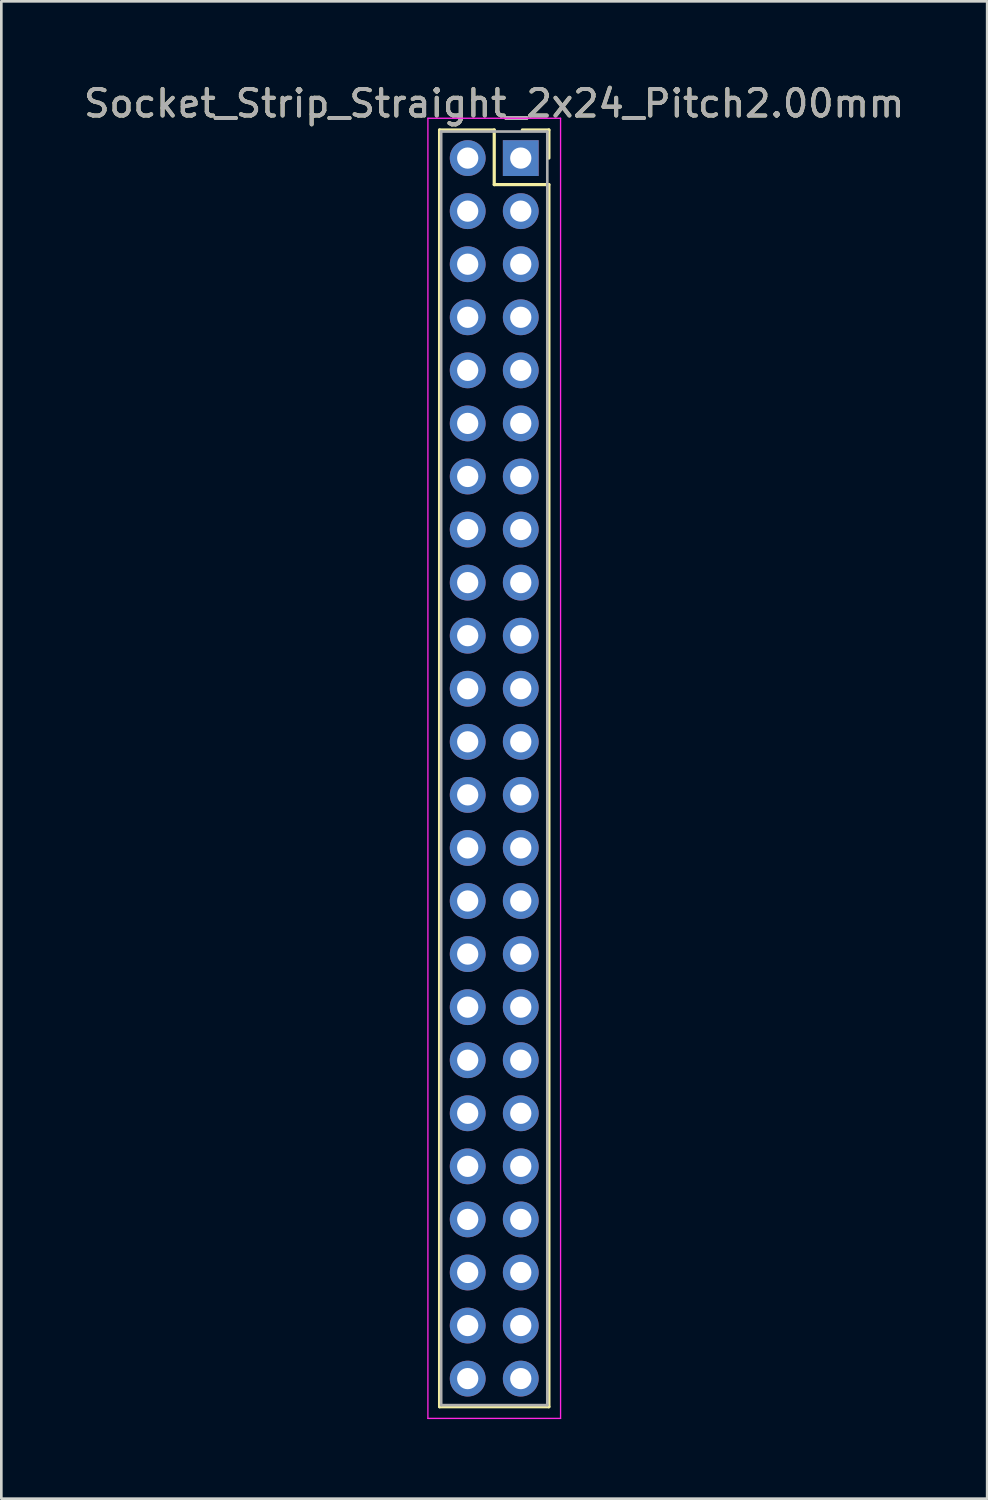
<source format=kicad_pcb>
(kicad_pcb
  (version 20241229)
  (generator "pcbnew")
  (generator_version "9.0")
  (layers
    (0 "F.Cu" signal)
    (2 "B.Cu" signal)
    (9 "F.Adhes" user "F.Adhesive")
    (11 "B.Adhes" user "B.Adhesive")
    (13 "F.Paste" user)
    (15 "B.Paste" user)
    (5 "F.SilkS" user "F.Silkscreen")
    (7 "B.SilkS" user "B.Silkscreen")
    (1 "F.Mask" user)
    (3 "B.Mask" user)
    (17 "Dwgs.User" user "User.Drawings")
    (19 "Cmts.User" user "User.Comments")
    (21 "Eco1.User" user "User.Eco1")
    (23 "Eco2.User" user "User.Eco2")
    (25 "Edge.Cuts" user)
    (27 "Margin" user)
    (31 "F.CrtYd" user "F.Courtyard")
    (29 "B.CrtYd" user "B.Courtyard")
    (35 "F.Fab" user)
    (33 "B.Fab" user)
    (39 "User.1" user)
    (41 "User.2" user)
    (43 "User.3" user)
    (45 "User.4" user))
  (footprint "Socket_Strip_Straight_2x24_Pitch2.00mm"
    (layer "F.Cu")
    (at 16.577 2.908)
    (property "Reference" "Socket_Strip_Straight_2x24_Pitch2.00mm" (at -1 -2.06 0) (layer "F.SilkS") (effects (font (size 1 1) (thickness 0.15))))
    (attr through_hole)
    (fp_line (start -3.06 -1.06) (end -1 -1.06) (stroke (width 0.12) (type solid)) (layer "F.SilkS"))
    (fp_line (start -3.06 47.06) (end -3.06 -1.06) (stroke (width 0.12) (type solid)) (layer "F.SilkS"))
    (fp_line (start -1 -1.06) (end -1 1) (stroke (width 0.12) (type solid)) (layer "F.SilkS"))
    (fp_line (start -1 1) (end 1.06 1) (stroke (width 0.12) (type solid)) (layer "F.SilkS"))
    (fp_line (start 1.06 -1.06) (end 0.06 -1.06) (stroke (width 0.12) (type solid)) (layer "F.SilkS"))
    (fp_line (start 1.06 0) (end 1.06 -1.06) (stroke (width 0.12) (type solid)) (layer "F.SilkS"))
    (fp_line (start 1.06 1) (end 1.06 47.06) (stroke (width 0.12) (type solid)) (layer "F.SilkS"))
    (fp_line (start 1.06 47.06) (end -3.06 47.06) (stroke (width 0.12) (type solid)) (layer "F.SilkS"))
    (fp_line (start -3.5 -1.5) (end -3.5 47.5) (stroke (width 0.05) (type solid)) (layer "F.CrtYd"))
    (fp_line (start -3.5 47.5) (end 1.5 47.5) (stroke (width 0.05) (type solid)) (layer "F.CrtYd"))
    (fp_line (start 1.5 -1.5) (end -3.5 -1.5) (stroke (width 0.05) (type solid)) (layer "F.CrtYd"))
    (fp_line (start 1.5 47.5) (end 1.5 -1.5) (stroke (width 0.05) (type solid)) (layer "F.CrtYd"))
    (fp_line (start -3 -1) (end -3 47) (stroke (width 0.1) (type solid)) (layer "F.Fab"))
    (fp_line (start -3 47) (end 1 47) (stroke (width 0.1) (type solid)) (layer "F.Fab"))
    (fp_line (start 1 -1) (end -3 -1) (stroke (width 0.1) (type solid)) (layer "F.Fab"))
    (fp_line (start 1 47) (end 1 -1) (stroke (width 0.1) (type solid)) (layer "F.Fab"))
    (fp_text user "${REFERENCE}" (at -1 -2.06 0) (layer "F.Fab") (effects (font (size 1 1) (thickness 0.15))))
    (pad "1" thru_hole rect (at 0 0) (size 1.35 1.35) (drill 0.8) (layers "*.Cu" "*.Mask"))
    (pad "2" thru_hole oval (at -2 0) (size 1.35 1.35) (drill 0.8) (layers "*.Cu" "*.Mask"))
    (pad "3" thru_hole oval (at 0 2) (size 1.35 1.35) (drill 0.8) (layers "*.Cu" "*.Mask"))
    (pad "4" thru_hole oval (at -2 2) (size 1.35 1.35) (drill 0.8) (layers "*.Cu" "*.Mask"))
    (pad "5" thru_hole oval (at 0 4) (size 1.35 1.35) (drill 0.8) (layers "*.Cu" "*.Mask"))
    (pad "6" thru_hole oval (at -2 4) (size 1.35 1.35) (drill 0.8) (layers "*.Cu" "*.Mask"))
    (pad "7" thru_hole oval (at 0 6) (size 1.35 1.35) (drill 0.8) (layers "*.Cu" "*.Mask"))
    (pad "8" thru_hole oval (at -2 6) (size 1.35 1.35) (drill 0.8) (layers "*.Cu" "*.Mask"))
    (pad "9" thru_hole oval (at 0 8) (size 1.35 1.35) (drill 0.8) (layers "*.Cu" "*.Mask"))
    (pad "10" thru_hole oval (at -2 8) (size 1.35 1.35) (drill 0.8) (layers "*.Cu" "*.Mask"))
    (pad "11" thru_hole oval (at 0 10) (size 1.35 1.35) (drill 0.8) (layers "*.Cu" "*.Mask"))
    (pad "12" thru_hole oval (at -2 10) (size 1.35 1.35) (drill 0.8) (layers "*.Cu" "*.Mask"))
    (pad "13" thru_hole oval (at 0 12) (size 1.35 1.35) (drill 0.8) (layers "*.Cu" "*.Mask"))
    (pad "14" thru_hole oval (at -2 12) (size 1.35 1.35) (drill 0.8) (layers "*.Cu" "*.Mask"))
    (pad "15" thru_hole oval (at 0 14) (size 1.35 1.35) (drill 0.8) (layers "*.Cu" "*.Mask"))
    (pad "16" thru_hole oval (at -2 14) (size 1.35 1.35) (drill 0.8) (layers "*.Cu" "*.Mask"))
    (pad "17" thru_hole oval (at 0 16) (size 1.35 1.35) (drill 0.8) (layers "*.Cu" "*.Mask"))
    (pad "18" thru_hole oval (at -2 16) (size 1.35 1.35) (drill 0.8) (layers "*.Cu" "*.Mask"))
    (pad "19" thru_hole oval (at 0 18) (size 1.35 1.35) (drill 0.8) (layers "*.Cu" "*.Mask"))
    (pad "20" thru_hole oval (at -2 18) (size 1.35 1.35) (drill 0.8) (layers "*.Cu" "*.Mask"))
    (pad "21" thru_hole oval (at 0 20) (size 1.35 1.35) (drill 0.8) (layers "*.Cu" "*.Mask"))
    (pad "22" thru_hole oval (at -2 20) (size 1.35 1.35) (drill 0.8) (layers "*.Cu" "*.Mask"))
    (pad "23" thru_hole oval (at 0 22) (size 1.35 1.35) (drill 0.8) (layers "*.Cu" "*.Mask"))
    (pad "24" thru_hole oval (at -2 22) (size 1.35 1.35) (drill 0.8) (layers "*.Cu" "*.Mask"))
    (pad "25" thru_hole oval (at 0 24) (size 1.35 1.35) (drill 0.8) (layers "*.Cu" "*.Mask"))
    (pad "26" thru_hole oval (at -2 24) (size 1.35 1.35) (drill 0.8) (layers "*.Cu" "*.Mask"))
    (pad "27" thru_hole oval (at 0 26) (size 1.35 1.35) (drill 0.8) (layers "*.Cu" "*.Mask"))
    (pad "28" thru_hole oval (at -2 26) (size 1.35 1.35) (drill 0.8) (layers "*.Cu" "*.Mask"))
    (pad "29" thru_hole oval (at 0 28) (size 1.35 1.35) (drill 0.8) (layers "*.Cu" "*.Mask"))
    (pad "30" thru_hole oval (at -2 28) (size 1.35 1.35) (drill 0.8) (layers "*.Cu" "*.Mask"))
    (pad "31" thru_hole oval (at 0 30) (size 1.35 1.35) (drill 0.8) (layers "*.Cu" "*.Mask"))
    (pad "32" thru_hole oval (at -2 30) (size 1.35 1.35) (drill 0.8) (layers "*.Cu" "*.Mask"))
    (pad "33" thru_hole oval (at 0 32) (size 1.35 1.35) (drill 0.8) (layers "*.Cu" "*.Mask"))
    (pad "34" thru_hole oval (at -2 32) (size 1.35 1.35) (drill 0.8) (layers "*.Cu" "*.Mask"))
    (pad "35" thru_hole oval (at 0 34) (size 1.35 1.35) (drill 0.8) (layers "*.Cu" "*.Mask"))
    (pad "36" thru_hole oval (at -2 34) (size 1.35 1.35) (drill 0.8) (layers "*.Cu" "*.Mask"))
    (pad "37" thru_hole oval (at 0 36) (size 1.35 1.35) (drill 0.8) (layers "*.Cu" "*.Mask"))
    (pad "38" thru_hole oval (at -2 36) (size 1.35 1.35) (drill 0.8) (layers "*.Cu" "*.Mask"))
    (pad "39" thru_hole oval (at 0 38) (size 1.35 1.35) (drill 0.8) (layers "*.Cu" "*.Mask"))
    (pad "40" thru_hole oval (at -2 38) (size 1.35 1.35) (drill 0.8) (layers "*.Cu" "*.Mask"))
    (pad "41" thru_hole oval (at 0 40) (size 1.35 1.35) (drill 0.8) (layers "*.Cu" "*.Mask"))
    (pad "42" thru_hole oval (at -2 40) (size 1.35 1.35) (drill 0.8) (layers "*.Cu" "*.Mask"))
    (pad "43" thru_hole oval (at 0 42) (size 1.35 1.35) (drill 0.8) (layers "*.Cu" "*.Mask"))
    (pad "44" thru_hole oval (at -2 42) (size 1.35 1.35) (drill 0.8) (layers "*.Cu" "*.Mask"))
    (pad "45" thru_hole oval (at 0 44) (size 1.35 1.35) (drill 0.8) (layers "*.Cu" "*.Mask"))
    (pad "46" thru_hole oval (at -2 44) (size 1.35 1.35) (drill 0.8) (layers "*.Cu" "*.Mask"))
    (pad "47" thru_hole oval (at 0 46) (size 1.35 1.35) (drill 0.8) (layers "*.Cu" "*.Mask"))
    (pad "48" thru_hole oval (at -2 46) (size 1.35 1.35) (drill 0.8) (layers "*.Cu" "*.Mask")))
  (gr_rect
    (start -3 -3)
    (end 34.155 53.433)
    (stroke (width 0.1) (type default))
    (fill no)
    (layer "Edge.Cuts")))
</source>
